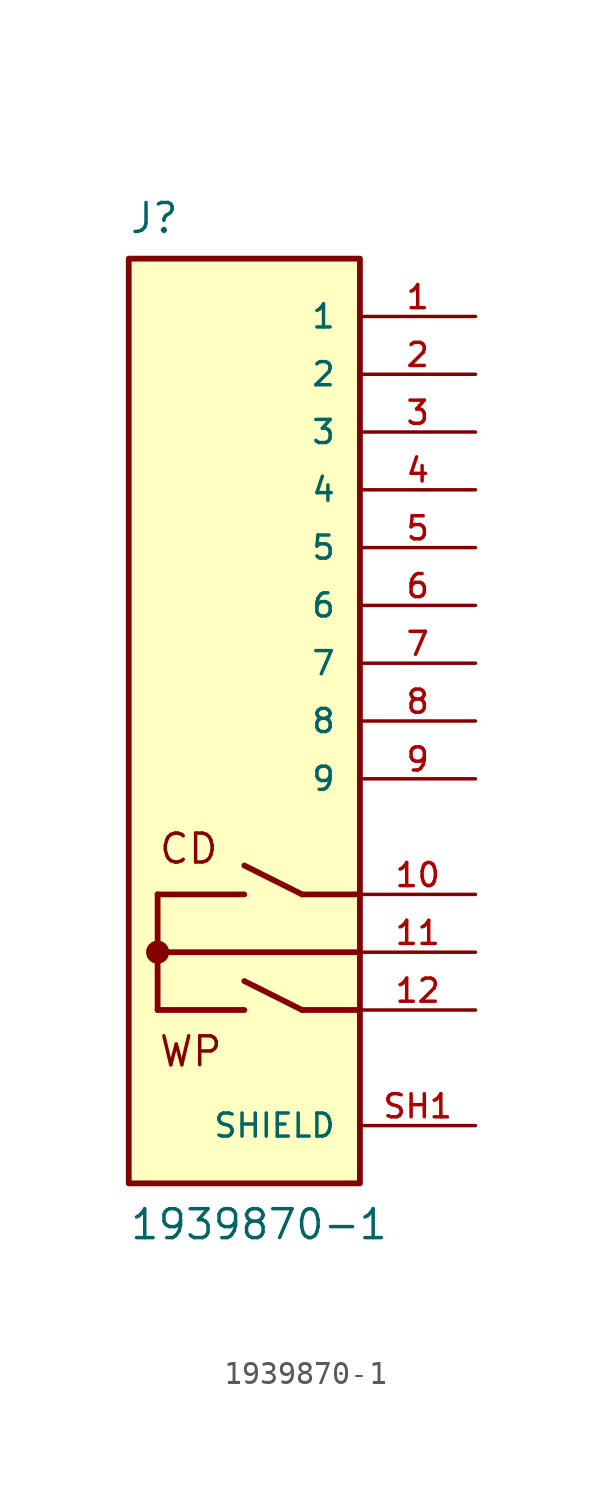
<source format=kicad_sym>
(kicad_symbol_lib
  (version 20211014)
  (generator kicad_symbol_editor)
  (symbol "1939870-1"
    (pin_names
      (offset 1.016))
    (property "Reference" "J"
      (at -5.085 21.355 0)
      (effects (font (size 1.27 1.27)) (justify bottom left)))
    (property "Value" "1939870-1"
      (at -5.081 -22.866 0)
      (effects (font (size 1.27 1.27)) (justify bottom left)))
    (symbol "1939870-1_0_0"
      (polyline (pts (xy 5.08 -7.62) (xy 2.54 -7.62)) (stroke (width 0.254)))
      (polyline (pts (xy 2.54 -7.62) (xy 0.0 -6.35)) (stroke (width 0.254)))
      (polyline (pts (xy 0.0 -7.62) (xy -3.81 -7.62)) (stroke (width 0.254)))
      (polyline (pts (xy -3.81 -7.62) (xy -3.81 -10.16)) (stroke (width 0.254)))
      (polyline (pts (xy -3.81 -10.16) (xy 5.08 -10.16)) (stroke (width 0.254)))
      (polyline (pts (xy 5.08 -12.7) (xy 2.54 -12.7)) (stroke (width 0.254)))
      (polyline (pts (xy 2.54 -12.7) (xy 0.0 -11.43)) (stroke (width 0.254)))
      (polyline (pts (xy 0.0 -12.7) (xy -3.81 -12.7)) (stroke (width 0.254)))
      (polyline (pts (xy -3.81 -12.7) (xy -3.81 -10.16)) (stroke (width 0.254)))
      (circle (center -3.81 -10.16) (radius 0.254) (stroke (width 0.508)) (fill (type none)))
      (text "CD" (at -3.815 -6.359 0) (effects (font (size 1.272 1.272)) (justify bottom left)))
      (text "WP" (at -3.818 -15.27 0) (effects (font (size 1.273 1.273)) (justify bottom left)))
      (rectangle (start -5.08 -20.32) (end 5.08 20.32) (stroke (width 0.254)) (fill (type background)))
      (pin passive line (at 10.16 17.78 180.0) (length 5.08) (name "1" (effects (font (size 1.016 1.016)))) (number "1" (effects (font (size 1.016 1.016)))))
      (pin passive line (at 10.16 15.24 180.0) (length 5.08) (name "2" (effects (font (size 1.016 1.016)))) (number "2" (effects (font (size 1.016 1.016)))))
      (pin passive line (at 10.16 12.7 180.0) (length 5.08) (name "3" (effects (font (size 1.016 1.016)))) (number "3" (effects (font (size 1.016 1.016)))))
      (pin passive line (at 10.16 10.16 180.0) (length 5.08) (name "4" (effects (font (size 1.016 1.016)))) (number "4" (effects (font (size 1.016 1.016)))))
      (pin passive line (at 10.16 7.62 180.0) (length 5.08) (name "5" (effects (font (size 1.016 1.016)))) (number "5" (effects (font (size 1.016 1.016)))))
      (pin passive line (at 10.16 5.08 180.0) (length 5.08) (name "6" (effects (font (size 1.016 1.016)))) (number "6" (effects (font (size 1.016 1.016)))))
      (pin passive line (at 10.16 2.54 180.0) (length 5.08) (name "7" (effects (font (size 1.016 1.016)))) (number "7" (effects (font (size 1.016 1.016)))))
      (pin passive line (at 10.16 0.0 180.0) (length 5.08) (name "8" (effects (font (size 1.016 1.016)))) (number "8" (effects (font (size 1.016 1.016)))))
      (pin passive line (at 10.16 -2.54 180.0) (length 5.08) (name "9" (effects (font (size 1.016 1.016)))) (number "9" (effects (font (size 1.016 1.016)))))
      (pin passive line (at 10.16 -17.78 180.0) (length 5.08) (name "SHIELD" (effects (font (size 1.016 1.016)))) (number "SH1" (effects (font (size 1.016 1.016)))))
      (pin passive line (at 10.16 -17.78 180.0) (length 5.08) hide (name "SHIELD" (effects (font (size 1.016 1.016)))) (number "SH2" (effects (font (size 1.016 1.016)))))
      (pin passive line (at 10.16 -7.62 180.0) (length 5.08) (name "~" (effects (font (size 1.016 1.016)))) (number "10" (effects (font (size 1.016 1.016)))))
      (pin passive line (at 10.16 -10.16 180.0) (length 5.08) (name "~" (effects (font (size 1.016 1.016)))) (number "11" (effects (font (size 1.016 1.016)))))
      (pin passive line (at 10.16 -12.7 180.0) (length 5.08) (name "~" (effects (font (size 1.016 1.016)))) (number "12" (effects (font (size 1.016 1.016))))))))
</source>
